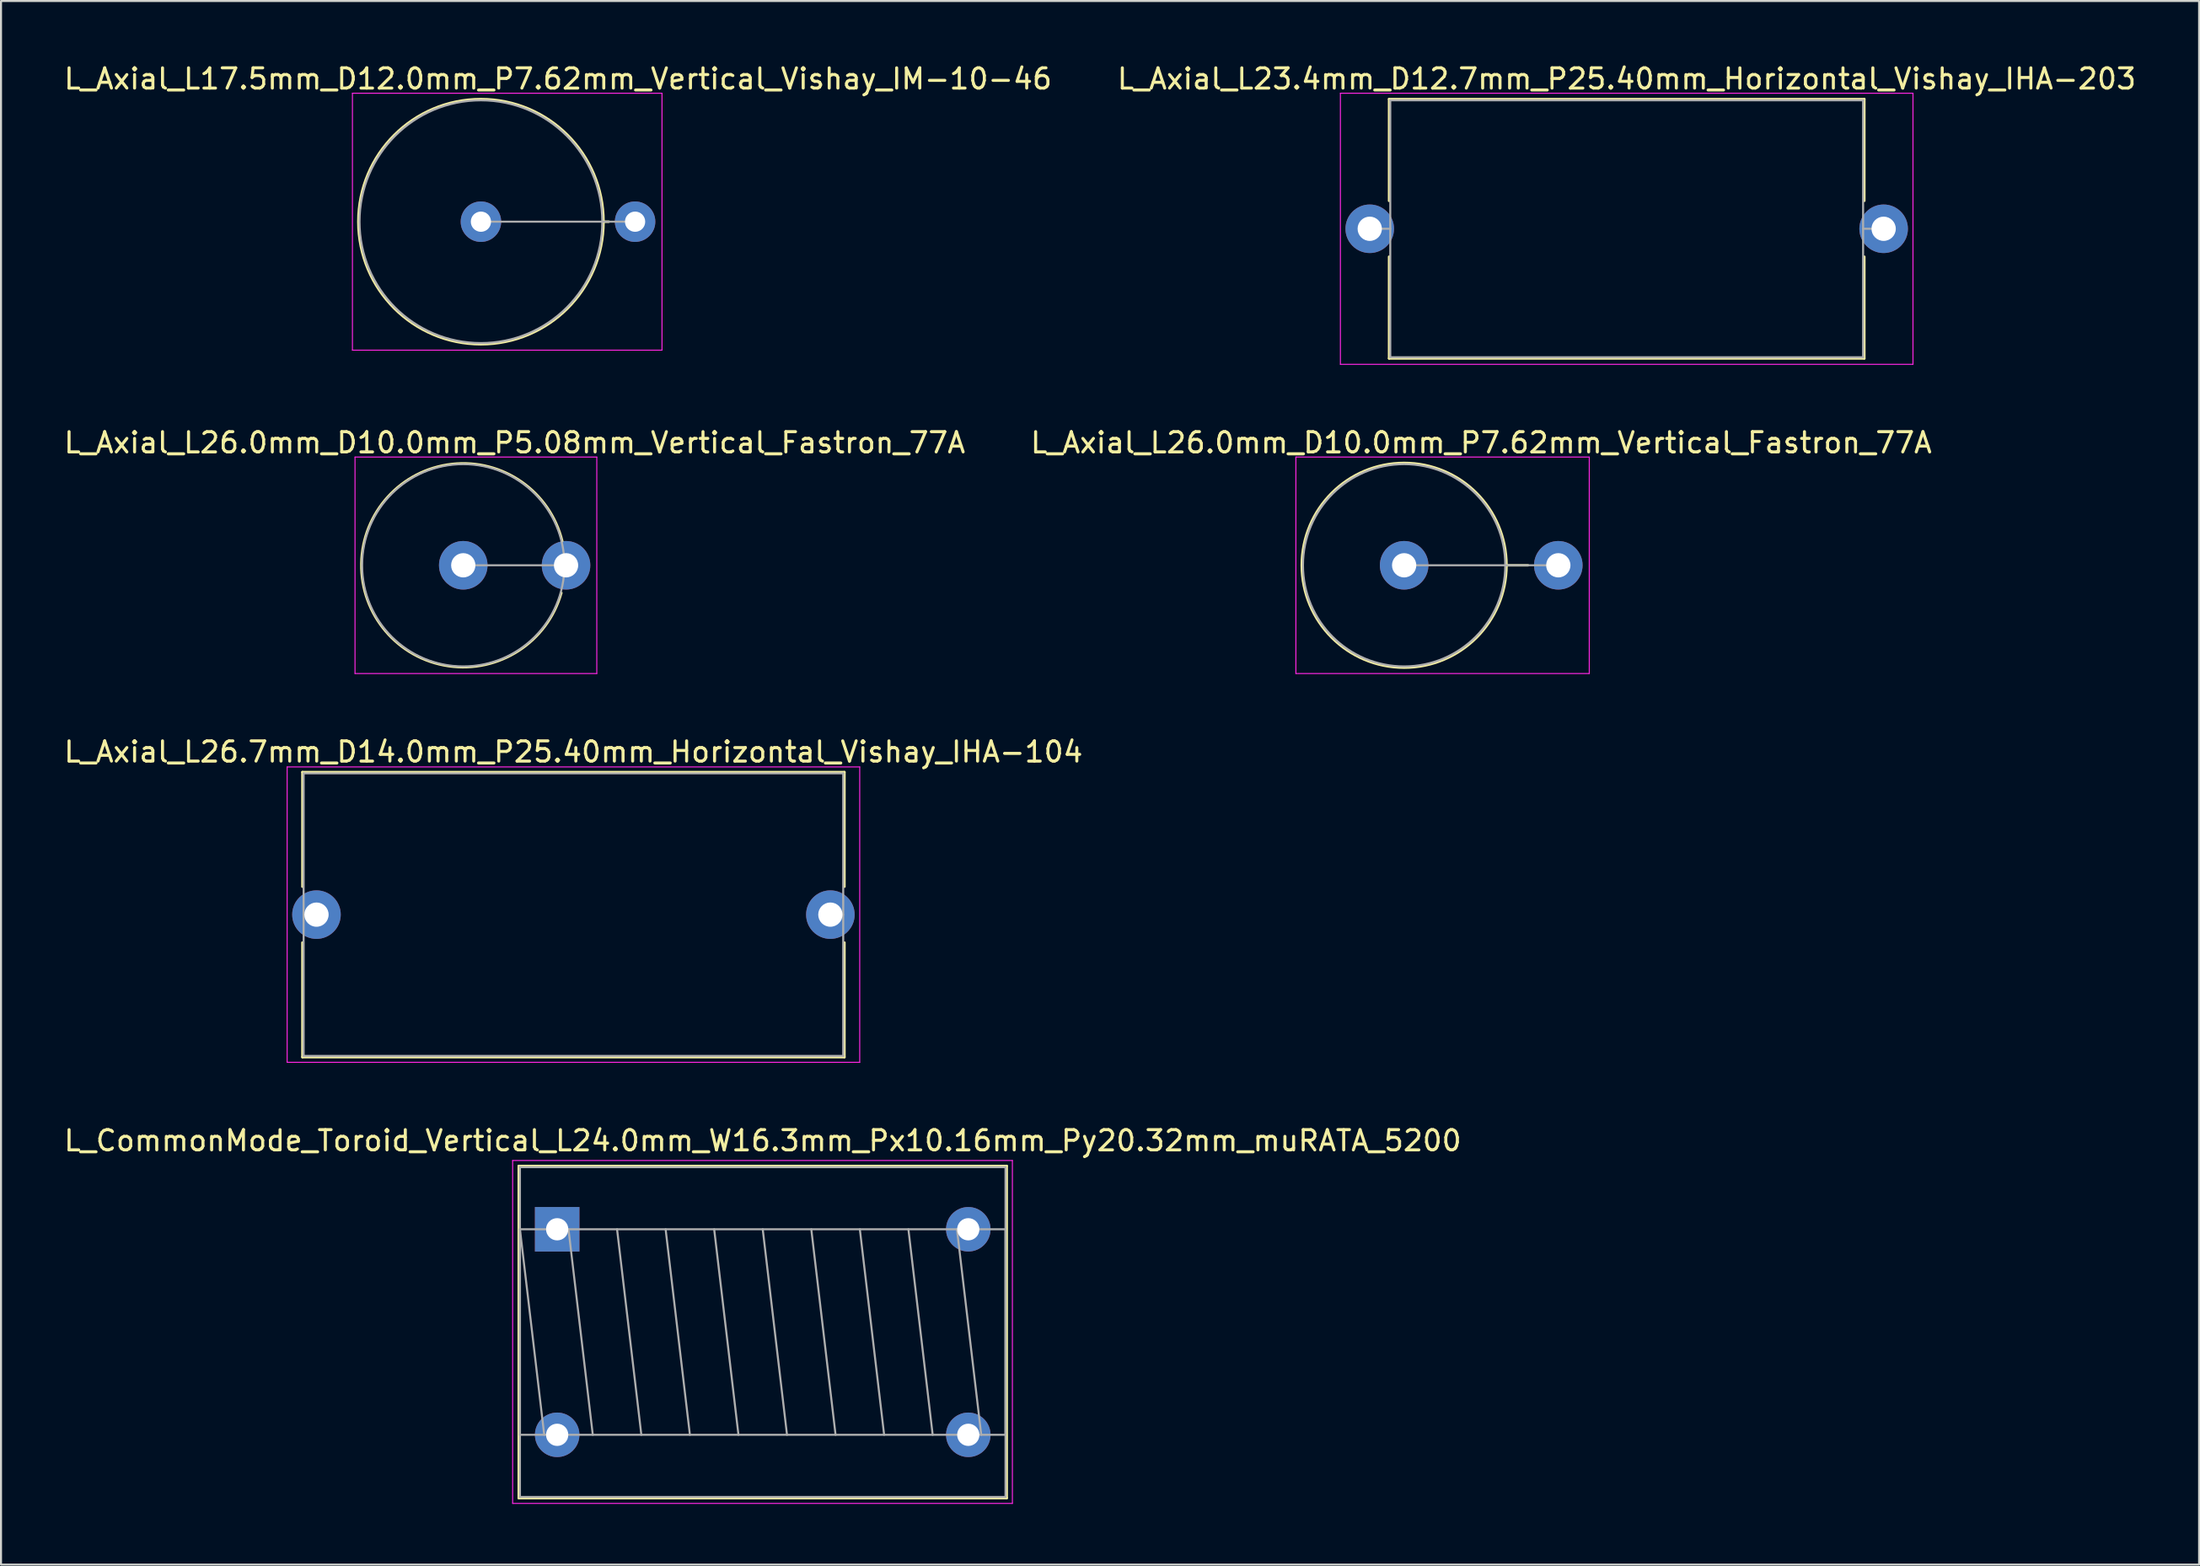
<source format=kicad_pcb>
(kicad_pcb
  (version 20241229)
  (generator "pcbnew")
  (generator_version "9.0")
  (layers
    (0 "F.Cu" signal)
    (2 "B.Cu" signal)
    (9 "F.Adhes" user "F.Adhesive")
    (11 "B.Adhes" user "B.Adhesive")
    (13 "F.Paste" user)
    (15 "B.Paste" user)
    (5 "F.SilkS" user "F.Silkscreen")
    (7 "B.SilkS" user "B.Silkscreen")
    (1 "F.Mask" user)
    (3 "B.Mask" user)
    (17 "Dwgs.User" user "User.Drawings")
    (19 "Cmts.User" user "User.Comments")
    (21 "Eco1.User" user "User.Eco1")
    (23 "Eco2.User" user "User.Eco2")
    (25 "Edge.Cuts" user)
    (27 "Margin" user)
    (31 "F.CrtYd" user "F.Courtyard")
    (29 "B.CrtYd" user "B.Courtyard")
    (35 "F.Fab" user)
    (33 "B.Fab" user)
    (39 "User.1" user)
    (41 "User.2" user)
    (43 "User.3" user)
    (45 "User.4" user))
  (footprint "L_Axial_L23.4mm_D12.7mm_P25.40mm_Horizontal_Vishay_IHA-203"
    (layer "F.Cu")
    (at 64.651 8.258)
    (property "Reference" "L_Axial_L23.4mm_D12.7mm_P25.40mm_Horizontal_Vishay_IHA-203" (at 12.7 -7.41 0) (layer "F.SilkS") (effects (font (size 1 1) (thickness 0.15))))
    (attr through_hole)
    (fp_line (start 0.955 -6.41) (end 24.445 -6.41) (stroke (width 0.12) (type solid)) (layer "F.SilkS"))
    (fp_line (start 0.955 -1.38) (end 0.955 -6.41) (stroke (width 0.12) (type solid)) (layer "F.SilkS"))
    (fp_line (start 0.955 1.38) (end 0.955 6.41) (stroke (width 0.12) (type solid)) (layer "F.SilkS"))
    (fp_line (start 0.955 6.41) (end 24.445 6.41) (stroke (width 0.12) (type solid)) (layer "F.SilkS"))
    (fp_line (start 24.445 -6.41) (end 24.445 -1.38) (stroke (width 0.12) (type solid)) (layer "F.SilkS"))
    (fp_line (start 24.445 6.41) (end 24.445 1.38) (stroke (width 0.12) (type solid)) (layer "F.SilkS"))
    (fp_line (start -1.45 -6.7) (end -1.45 6.7) (stroke (width 0.05) (type solid)) (layer "F.CrtYd"))
    (fp_line (start -1.45 6.7) (end 26.85 6.7) (stroke (width 0.05) (type solid)) (layer "F.CrtYd"))
    (fp_line (start 26.85 -6.7) (end -1.45 -6.7) (stroke (width 0.05) (type solid)) (layer "F.CrtYd"))
    (fp_line (start 26.85 6.7) (end 26.85 -6.7) (stroke (width 0.05) (type solid)) (layer "F.CrtYd"))
    (fp_line (start 0 0) (end 1.015 0) (stroke (width 0.1) (type solid)) (layer "F.Fab"))
    (fp_line (start 1.015 -6.35) (end 1.015 6.35) (stroke (width 0.1) (type solid)) (layer "F.Fab"))
    (fp_line (start 1.015 6.35) (end 24.385 6.35) (stroke (width 0.1) (type solid)) (layer "F.Fab"))
    (fp_line (start 24.385 -6.35) (end 1.015 -6.35) (stroke (width 0.1) (type solid)) (layer "F.Fab"))
    (fp_line (start 24.385 6.35) (end 24.385 -6.35) (stroke (width 0.1) (type solid)) (layer "F.Fab"))
    (fp_line (start 25.4 0) (end 24.385 0) (stroke (width 0.1) (type solid)) (layer "F.Fab"))
    (pad "1" thru_hole circle (at 0 0) (size 2.4 2.4) (drill 1.2) (layers "*.Cu" "*.Mask"))
    (pad "2" thru_hole oval (at 25.4 0) (size 2.4 2.4) (drill 1.2) (layers "*.Cu" "*.Mask")))
  (footprint "L_CommonMode_Toroid_Vertical_L24.0mm_W16.3mm_Px10.16mm_Py20.32mm_muRATA_5200"
    (layer "F.Cu")
    (at 24.489 57.713)
    (property "Reference" "L_CommonMode_Toroid_Vertical_L24.0mm_W16.3mm_Px10.16mm_Py20.32mm_muRATA_5200" (at 10.16 -4.38 0) (layer "F.SilkS") (effects (font (size 1 1) (thickness 0.15))))
    (attr through_hole)
    (fp_line (start -1.9 -3.13) (end -1.9 13.29) (stroke (width 0.12) (type solid)) (layer "F.SilkS"))
    (fp_line (start -1.9 -3.13) (end 22.22 -3.13) (stroke (width 0.12) (type solid)) (layer "F.SilkS"))
    (fp_line (start -1.9 13.29) (end 22.22 13.29) (stroke (width 0.12) (type solid)) (layer "F.SilkS"))
    (fp_line (start 22.22 -3.13) (end 22.22 13.29) (stroke (width 0.12) (type solid)) (layer "F.SilkS"))
    (fp_line (start -2.2 -3.4) (end -2.2 13.55) (stroke (width 0.05) (type solid)) (layer "F.CrtYd"))
    (fp_line (start -2.2 13.55) (end 22.5 13.55) (stroke (width 0.05) (type solid)) (layer "F.CrtYd"))
    (fp_line (start 22.5 -3.4) (end -2.2 -3.4) (stroke (width 0.05) (type solid)) (layer "F.CrtYd"))
    (fp_line (start 22.5 13.55) (end 22.5 -3.4) (stroke (width 0.05) (type solid)) (layer "F.CrtYd"))
    (fp_line (start -1.84 -3.07) (end -1.84 13.23) (stroke (width 0.1) (type solid)) (layer "F.Fab"))
    (fp_line (start -1.84 0) (end -1.84 10.16) (stroke (width 0.1) (type solid)) (layer "F.Fab"))
    (fp_line (start -1.84 0) (end -0.64 10.16) (stroke (width 0.1) (type solid)) (layer "F.Fab"))
    (fp_line (start -1.84 10.16) (end 22.16 10.16) (stroke (width 0.1) (type solid)) (layer "F.Fab"))
    (fp_line (start -1.84 13.23) (end 22.16 13.23) (stroke (width 0.1) (type solid)) (layer "F.Fab"))
    (fp_line (start 0.56 0) (end 1.76 10.16) (stroke (width 0.1) (type solid)) (layer "F.Fab"))
    (fp_line (start 2.96 0) (end 4.16 10.16) (stroke (width 0.1) (type solid)) (layer "F.Fab"))
    (fp_line (start 5.36 0) (end 6.56 10.16) (stroke (width 0.1) (type solid)) (layer "F.Fab"))
    (fp_line (start 7.76 0) (end 8.96 10.16) (stroke (width 0.1) (type solid)) (layer "F.Fab"))
    (fp_line (start 10.16 0) (end 11.36 10.16) (stroke (width 0.1) (type solid)) (layer "F.Fab"))
    (fp_line (start 12.56 0) (end 13.76 10.16) (stroke (width 0.1) (type solid)) (layer "F.Fab"))
    (fp_line (start 14.96 0) (end 16.16 10.16) (stroke (width 0.1) (type solid)) (layer "F.Fab"))
    (fp_line (start 17.36 0) (end 18.56 10.16) (stroke (width 0.1) (type solid)) (layer "F.Fab"))
    (fp_line (start 19.76 0) (end 20.96 10.16) (stroke (width 0.1) (type solid)) (layer "F.Fab"))
    (fp_line (start 22.16 -3.07) (end -1.84 -3.07) (stroke (width 0.1) (type solid)) (layer "F.Fab"))
    (fp_line (start 22.16 0) (end -1.84 0) (stroke (width 0.1) (type solid)) (layer "F.Fab"))
    (fp_line (start 22.16 10.16) (end 22.16 0) (stroke (width 0.1) (type solid)) (layer "F.Fab"))
    (fp_line (start 22.16 13.23) (end 22.16 -3.07) (stroke (width 0.1) (type solid)) (layer "F.Fab"))
    (pad "1" thru_hole rect (at 0 0) (size 2.2 2.2) (drill 1.1) (layers "*.Cu" "*.Mask"))
    (pad "2" thru_hole circle (at 0 10.16) (size 2.2 2.2) (drill 1.1) (layers "*.Cu" "*.Mask"))
    (pad "3" thru_hole circle (at 20.32 10.16) (size 2.2 2.2) (drill 1.1) (layers "*.Cu" "*.Mask"))
    (pad "4" thru_hole circle (at 20.32 0) (size 2.2 2.2) (drill 1.1) (layers "*.Cu" "*.Mask")))
  (footprint "L_Axial_L17.5mm_D12.0mm_P7.62mm_Vertical_Vishay_IM-10-46"
    (layer "F.Cu")
    (at 20.72 7.908)
    (property "Reference" "L_Axial_L17.5mm_D12.0mm_P7.62mm_Vertical_Vishay_IM-10-46" (at 3.81 -7.06 0) (layer "F.SilkS") (effects (font (size 1 1) (thickness 0.15))))
    (attr through_hole)
    (fp_line (start 6.06 0) (end 6.32 0) (stroke (width 0.12) (type solid)) (layer "F.SilkS"))
    (fp_circle (center 0 0) (end 6.06 0) (stroke (width 0.12) (type solid)) (fill no) (layer "F.SilkS"))
    (fp_line (start -6.35 -6.35) (end -6.35 6.35) (stroke (width 0.05) (type solid)) (layer "F.CrtYd"))
    (fp_line (start -6.35 6.35) (end 8.95 6.35) (stroke (width 0.05) (type solid)) (layer "F.CrtYd"))
    (fp_line (start 8.95 -6.35) (end -6.35 -6.35) (stroke (width 0.05) (type solid)) (layer "F.CrtYd"))
    (fp_line (start 8.95 6.35) (end 8.95 -6.35) (stroke (width 0.05) (type solid)) (layer "F.CrtYd"))
    (fp_line (start 0 0) (end 7.62 0) (stroke (width 0.1) (type solid)) (layer "F.Fab"))
    (fp_circle (center 0 0) (end 6 0) (stroke (width 0.1) (type solid)) (fill no) (layer "F.Fab"))
    (pad "1" thru_hole circle (at 0 0) (size 2 2) (drill 1) (layers "*.Cu" "*.Mask"))
    (pad "2" thru_hole oval (at 7.62 0) (size 2 2) (drill 1) (layers "*.Cu" "*.Mask")))
  (footprint "L_Axial_L26.0mm_D10.0mm_P7.62mm_Vertical_Fastron_77A"
    (layer "F.Cu")
    (at 66.351 24.892)
    (property "Reference" "L_Axial_L26.0mm_D10.0mm_P7.62mm_Vertical_Fastron_77A" (at 3.81 -6.06 0) (layer "F.SilkS") (effects (font (size 1 1) (thickness 0.15))))
    (attr through_hole)
    (fp_line (start 5.06 0) (end 6.12 0) (stroke (width 0.12) (type solid)) (layer "F.SilkS"))
    (fp_circle (center 0 0) (end 5.06 0) (stroke (width 0.12) (type solid)) (fill no) (layer "F.SilkS"))
    (fp_line (start -5.35 -5.35) (end -5.35 5.35) (stroke (width 0.05) (type solid)) (layer "F.CrtYd"))
    (fp_line (start -5.35 5.35) (end 9.15 5.35) (stroke (width 0.05) (type solid)) (layer "F.CrtYd"))
    (fp_line (start 9.15 -5.35) (end -5.35 -5.35) (stroke (width 0.05) (type solid)) (layer "F.CrtYd"))
    (fp_line (start 9.15 5.35) (end 9.15 -5.35) (stroke (width 0.05) (type solid)) (layer "F.CrtYd"))
    (fp_line (start 0 0) (end 7.62 0) (stroke (width 0.1) (type solid)) (layer "F.Fab"))
    (fp_circle (center 0 0) (end 5 0) (stroke (width 0.1) (type solid)) (fill no) (layer "F.Fab"))
    (pad "1" thru_hole circle (at 0 0) (size 2.4 2.4) (drill 1.2) (layers "*.Cu" "*.Mask"))
    (pad "2" thru_hole oval (at 7.62 0) (size 2.4 2.4) (drill 1.2) (layers "*.Cu" "*.Mask")))
  (footprint "L_Axial_L26.7mm_D14.0mm_P25.40mm_Horizontal_Vishay_IHA-104"
    (layer "F.Cu")
    (at 12.592 42.16)
    (property "Reference" "L_Axial_L26.7mm_D14.0mm_P25.40mm_Horizontal_Vishay_IHA-104" (at 12.7 -8.045 0) (layer "F.SilkS") (effects (font (size 1 1) (thickness 0.15))))
    (attr through_hole)
    (fp_line (start -0.695 -7.045) (end 26.095 -7.045) (stroke (width 0.12) (type solid)) (layer "F.SilkS"))
    (fp_line (start -0.695 -1.38) (end -0.695 -7.045) (stroke (width 0.12) (type solid)) (layer "F.SilkS"))
    (fp_line (start -0.695 1.38) (end -0.695 7.045) (stroke (width 0.12) (type solid)) (layer "F.SilkS"))
    (fp_line (start -0.695 7.045) (end 26.095 7.045) (stroke (width 0.12) (type solid)) (layer "F.SilkS"))
    (fp_line (start 26.095 -7.045) (end 26.095 -1.38) (stroke (width 0.12) (type solid)) (layer "F.SilkS"))
    (fp_line (start 26.095 7.045) (end 26.095 1.38) (stroke (width 0.12) (type solid)) (layer "F.SilkS"))
    (fp_line (start -1.45 -7.3) (end -1.45 7.3) (stroke (width 0.05) (type solid)) (layer "F.CrtYd"))
    (fp_line (start -1.45 7.3) (end 26.85 7.3) (stroke (width 0.05) (type solid)) (layer "F.CrtYd"))
    (fp_line (start 26.85 -7.3) (end -1.45 -7.3) (stroke (width 0.05) (type solid)) (layer "F.CrtYd"))
    (fp_line (start 26.85 7.3) (end 26.85 -7.3) (stroke (width 0.05) (type solid)) (layer "F.CrtYd"))
    (fp_line (start -0.635 -6.985) (end -0.635 6.985) (stroke (width 0.1) (type solid)) (layer "F.Fab"))
    (fp_line (start -0.635 6.985) (end 26.035 6.985) (stroke (width 0.1) (type solid)) (layer "F.Fab"))
    (fp_line (start 0 0) (end -0.635 0) (stroke (width 0.1) (type solid)) (layer "F.Fab"))
    (fp_line (start 25.4 0) (end 26.035 0) (stroke (width 0.1) (type solid)) (layer "F.Fab"))
    (fp_line (start 26.035 -6.985) (end -0.635 -6.985) (stroke (width 0.1) (type solid)) (layer "F.Fab"))
    (fp_line (start 26.035 6.985) (end 26.035 -6.985) (stroke (width 0.1) (type solid)) (layer "F.Fab"))
    (pad "1" thru_hole circle (at 0 0) (size 2.4 2.4) (drill 1.2) (layers "*.Cu" "*.Mask"))
    (pad "2" thru_hole oval (at 25.4 0) (size 2.4 2.4) (drill 1.2) (layers "*.Cu" "*.Mask")))
  (footprint "L_Axial_L26.0mm_D10.0mm_P5.08mm_Vertical_Fastron_77A"
    (layer "F.Cu")
    (at 19.847 24.892)
    (property "Reference" "L_Axial_L26.0mm_D10.0mm_P5.08mm_Vertical_Fastron_77A" (at 2.54 -6.06 0) (layer "F.SilkS") (effects (font (size 1 1) (thickness 0.15))))
    (attr through_hole)
    (fp_arc (start 4.849385 1.364904) (mid -5.037085 -0.085262) (end 4.892801 -1.2) (stroke (width 0.12) (type solid)) (layer "F.SilkS"))
    (fp_line (start -5.35 -5.35) (end -5.35 5.35) (stroke (width 0.05) (type solid)) (layer "F.CrtYd"))
    (fp_line (start -5.35 5.35) (end 6.6 5.35) (stroke (width 0.05) (type solid)) (layer "F.CrtYd"))
    (fp_line (start 6.6 -5.35) (end -5.35 -5.35) (stroke (width 0.05) (type solid)) (layer "F.CrtYd"))
    (fp_line (start 6.6 5.35) (end 6.6 -5.35) (stroke (width 0.05) (type solid)) (layer "F.CrtYd"))
    (fp_line (start 0 0) (end 5.08 0) (stroke (width 0.1) (type solid)) (layer "F.Fab"))
    (fp_circle (center 0 0) (end 5 0) (stroke (width 0.1) (type solid)) (fill no) (layer "F.Fab"))
    (pad "1" thru_hole circle (at 0 0) (size 2.4 2.4) (drill 1.2) (layers "*.Cu" "*.Mask"))
    (pad "2" thru_hole oval (at 5.08 0) (size 2.4 2.4) (drill 1.2) (layers "*.Cu" "*.Mask")))
  (gr_rect
    (start -3 -3)
    (end 105.643 74.288)
    (stroke (width 0.1) (type default))
    (fill no)
    (layer "Edge.Cuts")))
</source>
